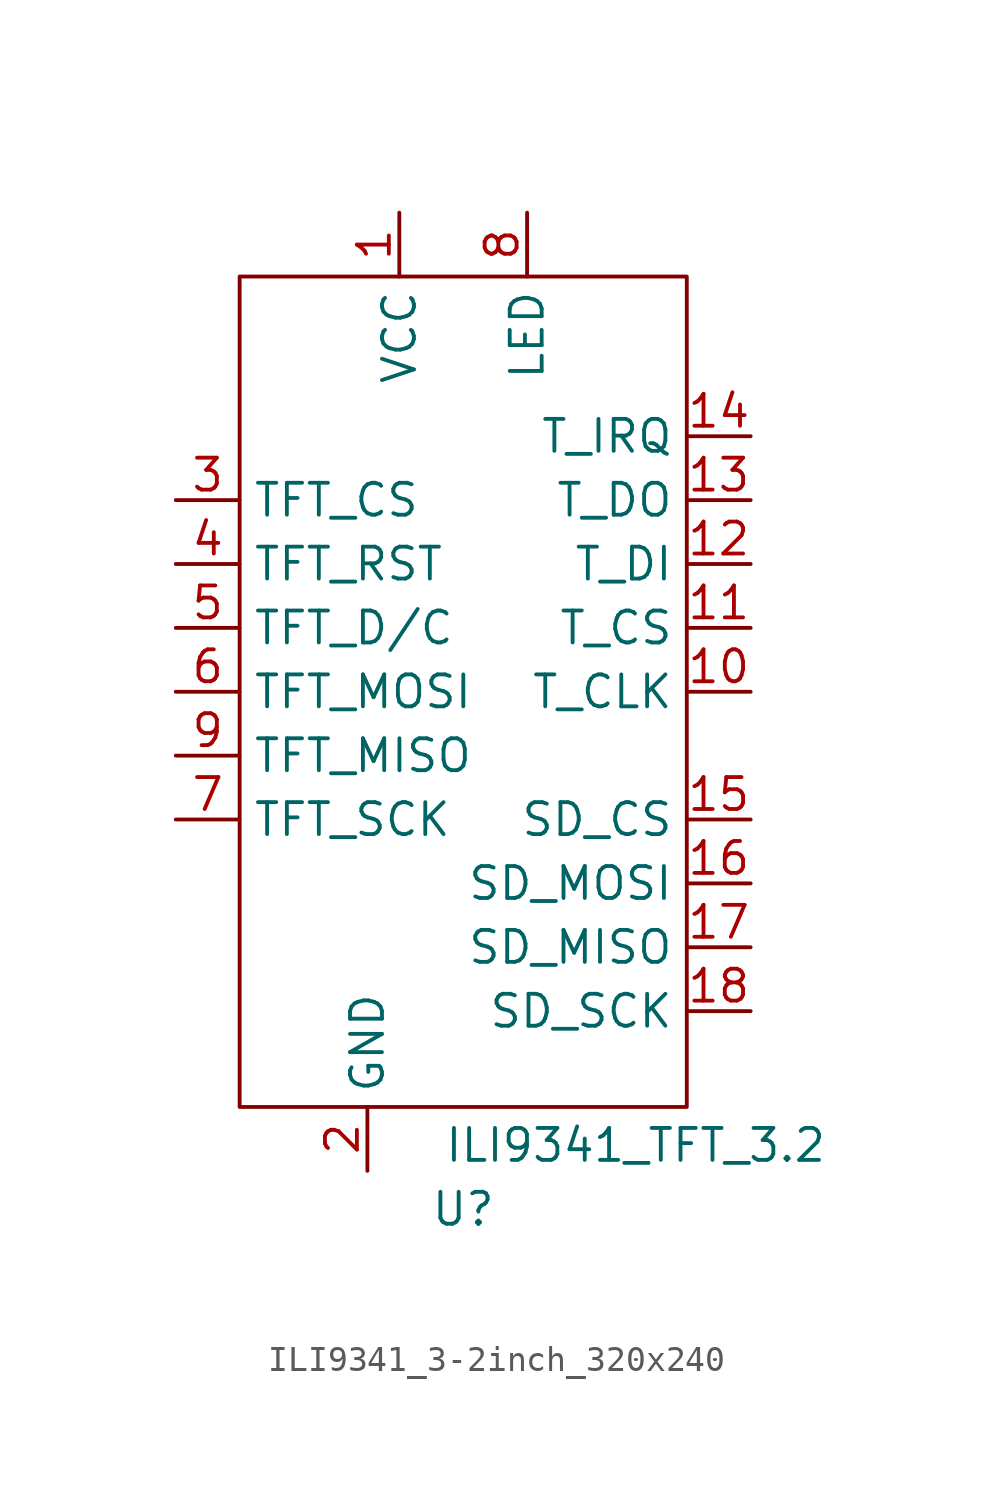
<source format=kicad_sym>
(kicad_symbol_lib
  (version 20241209)
  (generator "kicad_symbol_editor")
  (generator_version "9.0")
  (symbol "ILI9341_3-2inch_320x240"
    (property "Reference" "U"
      (at 1.27 -26.924 0)
      (effects (font (size 1.27 1.27))))
    (property "Value" "ILI9341_TFT_3.2"
      (at 8.128 -24.384 0)
      (effects (font (size 1.27 1.27))))
    (symbol "ILI9341_3-2inch_320x240_0_1"
      (rectangle (start -7.62 10.16) (end 10.16 -22.86) (stroke (width 0) (type default)) (fill (type none))))
    (symbol "ILI9341_3-2inch_320x240_1_1"
      (pin input line (at -10.16 1.27 0) (length 2.54) (name "TFT_CS" (effects (font (size 1.27 1.27)))) (number "3" (effects (font (size 1.27 1.27)))))
      (pin input line (at -10.16 -1.27 0) (length 2.54) (name "TFT_RST" (effects (font (size 1.27 1.27)))) (number "4" (effects (font (size 1.27 1.27)))))
      (pin passive line (at -10.16 -3.81 0) (length 2.54) (name "TFT_D/C" (effects (font (size 1.27 1.27)))) (number "5" (effects (font (size 1.27 1.27)))))
      (pin passive line (at -10.16 -6.35 0) (length 2.54) (name "TFT_MOSI" (effects (font (size 1.27 1.27)))) (number "6" (effects (font (size 1.27 1.27)))))
      (pin passive line (at -10.16 -8.89 0) (length 2.54) (name "TFT_MISO" (effects (font (size 1.27 1.27)))) (number "9" (effects (font (size 1.27 1.27)))))
      (pin passive line (at -10.16 -11.43 0) (length 2.54) (name "TFT_SCK" (effects (font (size 1.27 1.27)))) (number "7" (effects (font (size 1.27 1.27)))))
      (pin power_out line (at -2.54 -25.4 90) (length 2.54) (name "GND" (effects (font (size 1.27 1.27)))) (number "2" (effects (font (size 1.27 1.27)))))
      (pin power_in line (at -1.27 12.7 270) (length 2.54) (name "VCC" (effects (font (size 1.27 1.27)))) (number "1" (effects (font (size 1.27 1.27)))))
      (pin power_in line (at 3.81 12.7 270) (length 2.54) (name "LED" (effects (font (size 1.27 1.27)))) (number "8" (effects (font (size 1.27 1.27)))))
      (pin passive line (at 12.7 3.81 180) (length 2.54) (name "T_IRQ" (effects (font (size 1.27 1.27)))) (number "14" (effects (font (size 1.27 1.27)))))
      (pin passive line (at 12.7 1.27 180) (length 2.54) (name "T_DO" (effects (font (size 1.27 1.27)))) (number "13" (effects (font (size 1.27 1.27)))))
      (pin passive line (at 12.7 -1.27 180) (length 2.54) (name "T_DI" (effects (font (size 1.27 1.27)))) (number "12" (effects (font (size 1.27 1.27)))))
      (pin passive line (at 12.7 -3.81 180) (length 2.54) (name "T_CS" (effects (font (size 1.27 1.27)))) (number "11" (effects (font (size 1.27 1.27)))))
      (pin passive line (at 12.7 -6.35 180) (length 2.54) (name "T_CLK" (effects (font (size 1.27 1.27)))) (number "10" (effects (font (size 1.27 1.27)))))
      (pin passive line (at 12.7 -11.43 180) (length 2.54) (name "SD_CS" (effects (font (size 1.27 1.27)))) (number "15" (effects (font (size 1.27 1.27)))))
      (pin passive line (at 12.7 -13.97 180) (length 2.54) (name "SD_MOSI" (effects (font (size 1.27 1.27)))) (number "16" (effects (font (size 1.27 1.27)))))
      (pin passive line (at 12.7 -16.51 180) (length 2.54) (name "SD_MISO" (effects (font (size 1.27 1.27)))) (number "17" (effects (font (size 1.27 1.27)))))
      (pin passive line (at 12.7 -19.05 180) (length 2.54) (name "SD_SCK" (effects (font (size 1.27 1.27)))) (number "18" (effects (font (size 1.27 1.27))))))))
</source>
